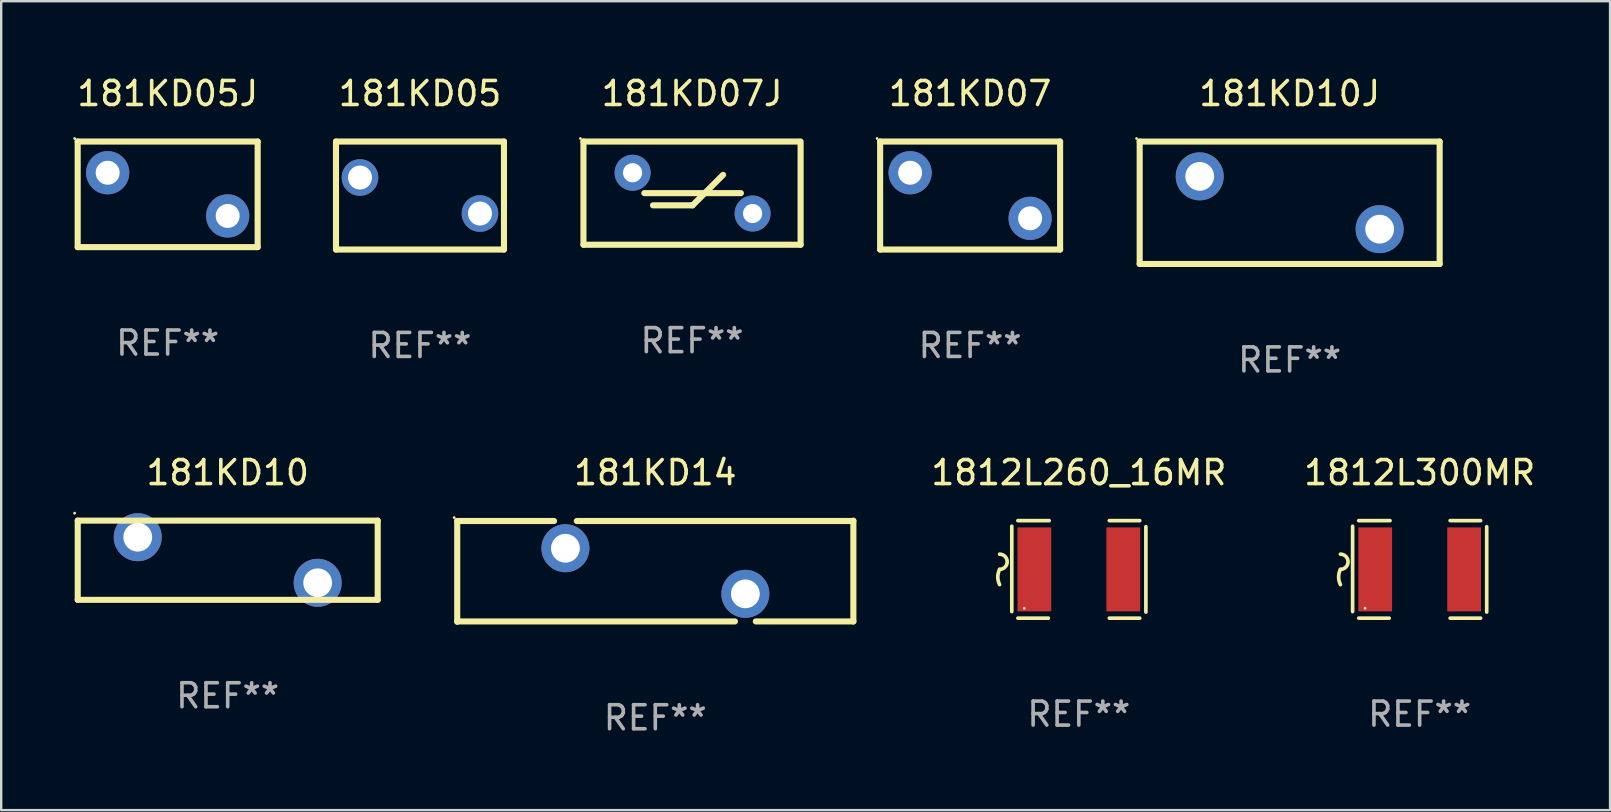
<source format=kicad_pcb>
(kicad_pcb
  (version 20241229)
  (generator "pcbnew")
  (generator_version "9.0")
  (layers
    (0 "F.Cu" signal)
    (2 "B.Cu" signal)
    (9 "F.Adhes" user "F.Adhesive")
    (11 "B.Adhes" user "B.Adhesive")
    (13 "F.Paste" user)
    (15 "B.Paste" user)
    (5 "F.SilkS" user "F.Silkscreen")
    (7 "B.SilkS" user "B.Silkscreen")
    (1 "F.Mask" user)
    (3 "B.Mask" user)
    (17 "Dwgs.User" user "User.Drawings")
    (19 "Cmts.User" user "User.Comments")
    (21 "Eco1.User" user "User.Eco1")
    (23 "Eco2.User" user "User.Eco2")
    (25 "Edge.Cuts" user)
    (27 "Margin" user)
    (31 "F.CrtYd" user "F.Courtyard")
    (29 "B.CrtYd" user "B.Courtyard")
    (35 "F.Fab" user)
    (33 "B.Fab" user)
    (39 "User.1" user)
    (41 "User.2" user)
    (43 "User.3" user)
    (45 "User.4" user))
  (footprint "181KD10"
    (layer "F.Cu")
    (at 6.438 20.295)
    (property "Reference" "181KD10" (at 0 -3.65 0) (layer "F.SilkS") (effects (font (size 1 1) (thickness 0.15))))
    (attr through_hole)
    (fp_line (start -6.249 -1.65) (end 6.251 -1.65) (stroke (width 0.254) (type solid)) (layer "F.SilkS"))
    (fp_line (start -6.249 1.649) (end -6.249 -1.65) (stroke (width 0.254) (type solid)) (layer "F.SilkS"))
    (fp_line (start 6.251 -1.65) (end 6.251 1.65) (stroke (width 0.254) (type solid)) (layer "F.SilkS"))
    (fp_line (start 6.251 1.65) (end -6.251 1.65) (stroke (width 0.254) (type solid)) (layer "F.SilkS"))
    (fp_circle (center -6.378 -1.96) (end -6.348 -1.96) (stroke (width 0.06) (type solid)) (fill no) (layer "F.SilkS"))
    (fp_text user "REF**" (at 0 5.65 0) (layer "F.Fab") (effects (font (size 1 1) (thickness 0.15))))
    (pad "1" thru_hole circle (at -3.748 -0.96) (size 2 2) (drill 1.2) (layers "*.Cu" "*.Mask"))
    (pad "2" thru_hole circle (at 3.75 0.94) (size 2 2) (drill 1.2) (layers "*.Cu" "*.Mask")))
  (footprint "1812L260_16MR"
    (layer "F.Cu")
    (at 41.906 20.677)
    (property "Reference" "1812L260_16MR" (at 0 -4.032 0) (layer "F.SilkS") (effects (font (size 1 1) (thickness 0.15))))
    (attr through_hole)
    (fp_line (start -2.794 -1.798) (end -2.794 1.758) (stroke (width 0.152) (type solid)) (layer "F.SilkS"))
    (fp_line (start -2.54 -2.032) (end -1.235 -2.032) (stroke (width 0.152) (type solid)) (layer "F.SilkS"))
    (fp_line (start -1.27 2.032) (end -2.54 2.032) (stroke (width 0.152) (type solid)) (layer "F.SilkS"))
    (fp_line (start 1.27 2.032) (end 2.54 2.032) (stroke (width 0.152) (type solid)) (layer "F.SilkS"))
    (fp_line (start 2.54 -2.032) (end 1.27 -2.032) (stroke (width 0.152) (type solid)) (layer "F.SilkS"))
    (fp_line (start 2.794 -1.778) (end 2.794 1.778) (stroke (width 0.152) (type solid)) (layer "F.SilkS"))
    (fp_arc (start -3.302007 -0.635002) (mid -2.984506 -0.317501) (end -3.302007 0) (stroke (width 0.151994) (type solid)) (layer "F.SilkS"))
    (fp_arc (start -3.302007 0.635002) (mid -3.376959 0.317501) (end -3.302007 0) (stroke (width 0.151994) (type solid)) (layer "F.SilkS"))
    (fp_circle (center -2.275 1.62) (end -2.245 1.62) (stroke (width 0.06) (type solid)) (fill no) (layer "F.SilkS"))
    (fp_text user "REF**" (at 0 6.032 0) (layer "F.Fab") (effects (font (size 1 1) (thickness 0.15))))
    (pad "1" smd rect (at -1.853 0) (size 1.407 3.499) (layers "F.Cu" "F.Mask" "F.Paste"))
    (pad "2" smd rect (at 1.853 0) (size 1.407 3.499) (layers "F.Cu" "F.Mask" "F.Paste")))
  (footprint "1812L300MR"
    (layer "F.Cu")
    (at 56.109 20.677)
    (property "Reference" "1812L300MR" (at 0 -4.032 0) (layer "F.SilkS") (effects (font (size 1 1) (thickness 0.15))))
    (attr through_hole)
    (fp_line (start -2.794 -1.798) (end -2.794 1.758) (stroke (width 0.152) (type solid)) (layer "F.SilkS"))
    (fp_line (start -2.54 -2.032) (end -1.235 -2.032) (stroke (width 0.152) (type solid)) (layer "F.SilkS"))
    (fp_line (start -1.27 2.032) (end -2.54 2.032) (stroke (width 0.152) (type solid)) (layer "F.SilkS"))
    (fp_line (start 1.27 2.032) (end 2.54 2.032) (stroke (width 0.152) (type solid)) (layer "F.SilkS"))
    (fp_line (start 2.54 -2.032) (end 1.27 -2.032) (stroke (width 0.152) (type solid)) (layer "F.SilkS"))
    (fp_line (start 2.794 -1.778) (end 2.794 1.778) (stroke (width 0.152) (type solid)) (layer "F.SilkS"))
    (fp_arc (start -3.302007 -0.635002) (mid -2.984506 -0.317501) (end -3.302007 0) (stroke (width 0.151994) (type solid)) (layer "F.SilkS"))
    (fp_arc (start -3.302007 0.635002) (mid -3.376959 0.317501) (end -3.302007 0) (stroke (width 0.151994) (type solid)) (layer "F.SilkS"))
    (fp_circle (center -2.275 1.62) (end -2.245 1.62) (stroke (width 0.06) (type solid)) (fill no) (layer "F.SilkS"))
    (fp_text user "REF**" (at 0 6.032 0) (layer "F.Fab") (effects (font (size 1 1) (thickness 0.15))))
    (pad "1" smd rect (at -1.853 0) (size 1.407 3.499) (layers "F.Cu" "F.Mask" "F.Paste"))
    (pad "2" smd rect (at 1.853 0) (size 1.407 3.499) (layers "F.Cu" "F.Mask" "F.Paste")))
  (footprint "181KD05J"
    (layer "F.Cu")
    (at 3.937 5.048)
    (property "Reference" "181KD05J" (at 0 -4.2 0) (layer "F.SilkS") (effects (font (size 1 1) (thickness 0.15))))
    (attr through_hole)
    (fp_line (start -3.75 -2.2) (end 3.75 -2.2) (stroke (width 0.254) (type solid)) (layer "F.SilkS"))
    (fp_line (start -3.75 2.2) (end -3.75 -2.2) (stroke (width 0.254) (type solid)) (layer "F.SilkS"))
    (fp_line (start 3.75 -2.2) (end 3.75 2.2) (stroke (width 0.254) (type solid)) (layer "F.SilkS"))
    (fp_line (start 3.75 2.2) (end -3.75 2.2) (stroke (width 0.254) (type solid)) (layer "F.SilkS"))
    (fp_circle (center -3.877 -2.327) (end -3.847 -2.327) (stroke (width 0.06) (type solid)) (fill no) (layer "F.SilkS"))
    (fp_text user "REF**" (at 0 6.2 0) (layer "F.Fab") (effects (font (size 1 1) (thickness 0.15))))
    (pad "1" thru_hole circle (at -2.5 -0.9) (size 1.8 1.8) (drill 1) (layers "*.Cu" "*.Mask"))
    (pad "2" thru_hole circle (at 2.5 0.9) (size 1.8 1.8) (drill 1) (layers "*.Cu" "*.Mask")))
  (footprint "181KD14"
    (layer "F.Cu")
    (at 24.257 20.754)
    (property "Reference" "181KD14" (at 0 -4.108 0) (layer "F.SilkS") (effects (font (size 1 1) (thickness 0.15))))
    (attr through_hole)
    (fp_line (start -8.254 -2.093) (end -4.219 -2.093) (stroke (width 0.254) (type solid)) (layer "F.SilkS"))
    (fp_line (start -8.254 2.108) (end -8.254 -2.093) (stroke (width 0.254) (type solid)) (layer "F.SilkS"))
    (fp_line (start -3.271 -2.093) (end 8.254 -2.093) (stroke (width 0.254) (type solid)) (layer "F.SilkS"))
    (fp_line (start 3.319 2.092) (end -8.254 2.092) (stroke (width 0.254) (type solid)) (layer "F.SilkS"))
    (fp_line (start 8.254 -2.108) (end 8.254 2.092) (stroke (width 0.254) (type solid)) (layer "F.SilkS"))
    (fp_line (start 8.254 2.092) (end 4.188 2.092) (stroke (width 0.254) (type solid)) (layer "F.SilkS"))
    (fp_circle (center -8.381 -2.235) (end -8.351 -2.235) (stroke (width 0.06) (type solid)) (fill no) (layer "F.SilkS"))
    (fp_text user "REF**" (at 0 6.108 0) (layer "F.Fab") (effects (font (size 1 1) (thickness 0.15))))
    (pad "1" thru_hole circle (at -3.745 -0.958) (size 2 2) (drill 1.2) (layers "*.Cu" "*.Mask"))
    (pad "2" thru_hole circle (at 3.753 0.942) (size 2 2) (drill 1.2) (layers "*.Cu" "*.Mask")))
  (footprint "181KD05"
    (layer "F.Cu")
    (at 14.451 5.098)
    (property "Reference" "181KD05" (at 0 -4.25 0) (layer "F.SilkS") (effects (font (size 1 1) (thickness 0.15))))
    (attr through_hole)
    (fp_line (start -3.5 -2.25) (end 3.5 -2.25) (stroke (width 0.254) (type solid)) (layer "F.SilkS"))
    (fp_line (start -3.5 2.25) (end -3.5 -2.25) (stroke (width 0.254) (type solid)) (layer "F.SilkS"))
    (fp_line (start 3.5 -2.25) (end 3.5 2.25) (stroke (width 0.254) (type solid)) (layer "F.SilkS"))
    (fp_line (start 3.5 2.25) (end -3.5 2.25) (stroke (width 0.254) (type solid)) (layer "F.SilkS"))
    (fp_circle (center -3.5 -2.25) (end -3.47 -2.25) (stroke (width 0.06) (type solid)) (fill no) (layer "F.SilkS"))
    (fp_text user "REF**" (at 0 6.25 0) (layer "F.Fab") (effects (font (size 1 1) (thickness 0.15))))
    (pad "1" thru_hole circle (at -2.5 -0.75) (size 1.524 1.524) (drill 1) (layers "*.Cu" "*.Mask"))
    (pad "2" thru_hole circle (at 2.5 0.75) (size 1.524 1.524) (drill 1) (layers "*.Cu" "*.Mask")))
  (footprint "181KD07J"
    (layer "F.Cu")
    (at 25.788 4.998)
    (property "Reference" "181KD07J" (at 0 -4.15 0) (layer "F.SilkS") (effects (font (size 1 1) (thickness 0.15))))
    (attr through_hole)
    (fp_line (start -4.524 -2.15) (end -4.524 2.15) (stroke (width 0.254) (type solid)) (layer "F.SilkS"))
    (fp_line (start -4.524 -2.15) (end 4.469 -2.15) (stroke (width 0.254) (type solid)) (layer "F.SilkS"))
    (fp_line (start -4.524 2.15) (end 4.524 2.15) (stroke (width 0.254) (type solid)) (layer "F.SilkS"))
    (fp_line (start -1.989 0) (end 2.036 0) (stroke (width 0.254) (type solid)) (layer "F.SilkS"))
    (fp_line (start -1.628 0.508) (end 0.023 0.508) (stroke (width 0.254) (type solid)) (layer "F.SilkS"))
    (fp_line (start 0.023 0.508) (end 1.293 -0.762) (stroke (width 0.254) (type solid)) (layer "F.SilkS"))
    (fp_line (start 4.524 -2.15) (end 4.524 2.15) (stroke (width 0.254) (type solid)) (layer "F.SilkS"))
    (fp_circle (center -4.651 -2.277) (end -4.621 -2.277) (stroke (width 0.06) (type solid)) (fill no) (layer "F.SilkS"))
    (fp_text user "REF**" (at 0 6.15 0) (layer "F.Fab") (effects (font (size 1 1) (thickness 0.15))))
    (pad "1" thru_hole circle (at -2.477 -0.85) (size 1.5 1.5) (drill 0.8) (layers "*.Cu" "*.Mask"))
    (pad "2" thru_hole circle (at 2.523 0.85) (size 1.5 1.5) (drill 0.8) (layers "*.Cu" "*.Mask")))
  (footprint "181KD10J"
    (layer "F.Cu")
    (at 50.691 5.399)
    (property "Reference" "181KD10J" (at 0 -4.55 0) (layer "F.SilkS") (effects (font (size 1 1) (thickness 0.15))))
    (attr through_hole)
    (fp_line (start -6.249 -2.55) (end 6.251 -2.55) (stroke (width 0.254) (type solid)) (layer "F.SilkS"))
    (fp_line (start -6.249 2.55) (end -6.249 -2.55) (stroke (width 0.254) (type solid)) (layer "F.SilkS"))
    (fp_line (start 6.251 -2.55) (end 6.251 2.55) (stroke (width 0.254) (type solid)) (layer "F.SilkS"))
    (fp_line (start 6.251 2.55) (end -6.251 2.55) (stroke (width 0.254) (type solid)) (layer "F.SilkS"))
    (fp_circle (center -6.378 -2.677) (end -6.348 -2.677) (stroke (width 0.06) (type solid)) (fill no) (layer "F.SilkS"))
    (fp_text user "REF**" (at 0 6.55 0) (layer "F.Fab") (effects (font (size 1 1) (thickness 0.15))))
    (pad "1" thru_hole circle (at -3.748 -1.1) (size 2 2) (drill 1.2) (layers "*.Cu" "*.Mask"))
    (pad "2" thru_hole circle (at 3.75 1.1) (size 2 2) (drill 1.2) (layers "*.Cu" "*.Mask")))
  (footprint "181KD07"
    (layer "F.Cu")
    (at 37.376 5.098)
    (property "Reference" "181KD07" (at 0 -4.25 0) (layer "F.SilkS") (effects (font (size 1 1) (thickness 0.15))))
    (attr through_hole)
    (fp_line (start -3.75 -2.25) (end -3.75 2.25) (stroke (width 0.254) (type solid)) (layer "F.SilkS"))
    (fp_line (start -3.75 -2.25) (end 3.75 -2.25) (stroke (width 0.254) (type solid)) (layer "F.SilkS"))
    (fp_line (start -3.75 2.25) (end 3.75 2.25) (stroke (width 0.254) (type solid)) (layer "F.SilkS"))
    (fp_line (start 3.75 -2.25) (end 3.75 2.25) (stroke (width 0.254) (type solid)) (layer "F.SilkS"))
    (fp_circle (center -3.877 -2.377) (end -3.847 -2.377) (stroke (width 0.06) (type solid)) (fill no) (layer "F.SilkS"))
    (fp_text user "REF**" (at 0 6.25 0) (layer "F.Fab") (effects (font (size 1 1) (thickness 0.15))))
    (pad "1" thru_hole circle (at -2.5 -0.95) (size 1.8 1.8) (drill 1) (layers "*.Cu" "*.Mask"))
    (pad "2" thru_hole circle (at 2.5 0.95) (size 1.8 1.8) (drill 1) (layers "*.Cu" "*.Mask")))
  (gr_rect
    (start -3 -3)
    (end 64.043 30.71)
    (stroke (width 0.1) (type default))
    (fill no)
    (layer "Edge.Cuts")))
</source>
